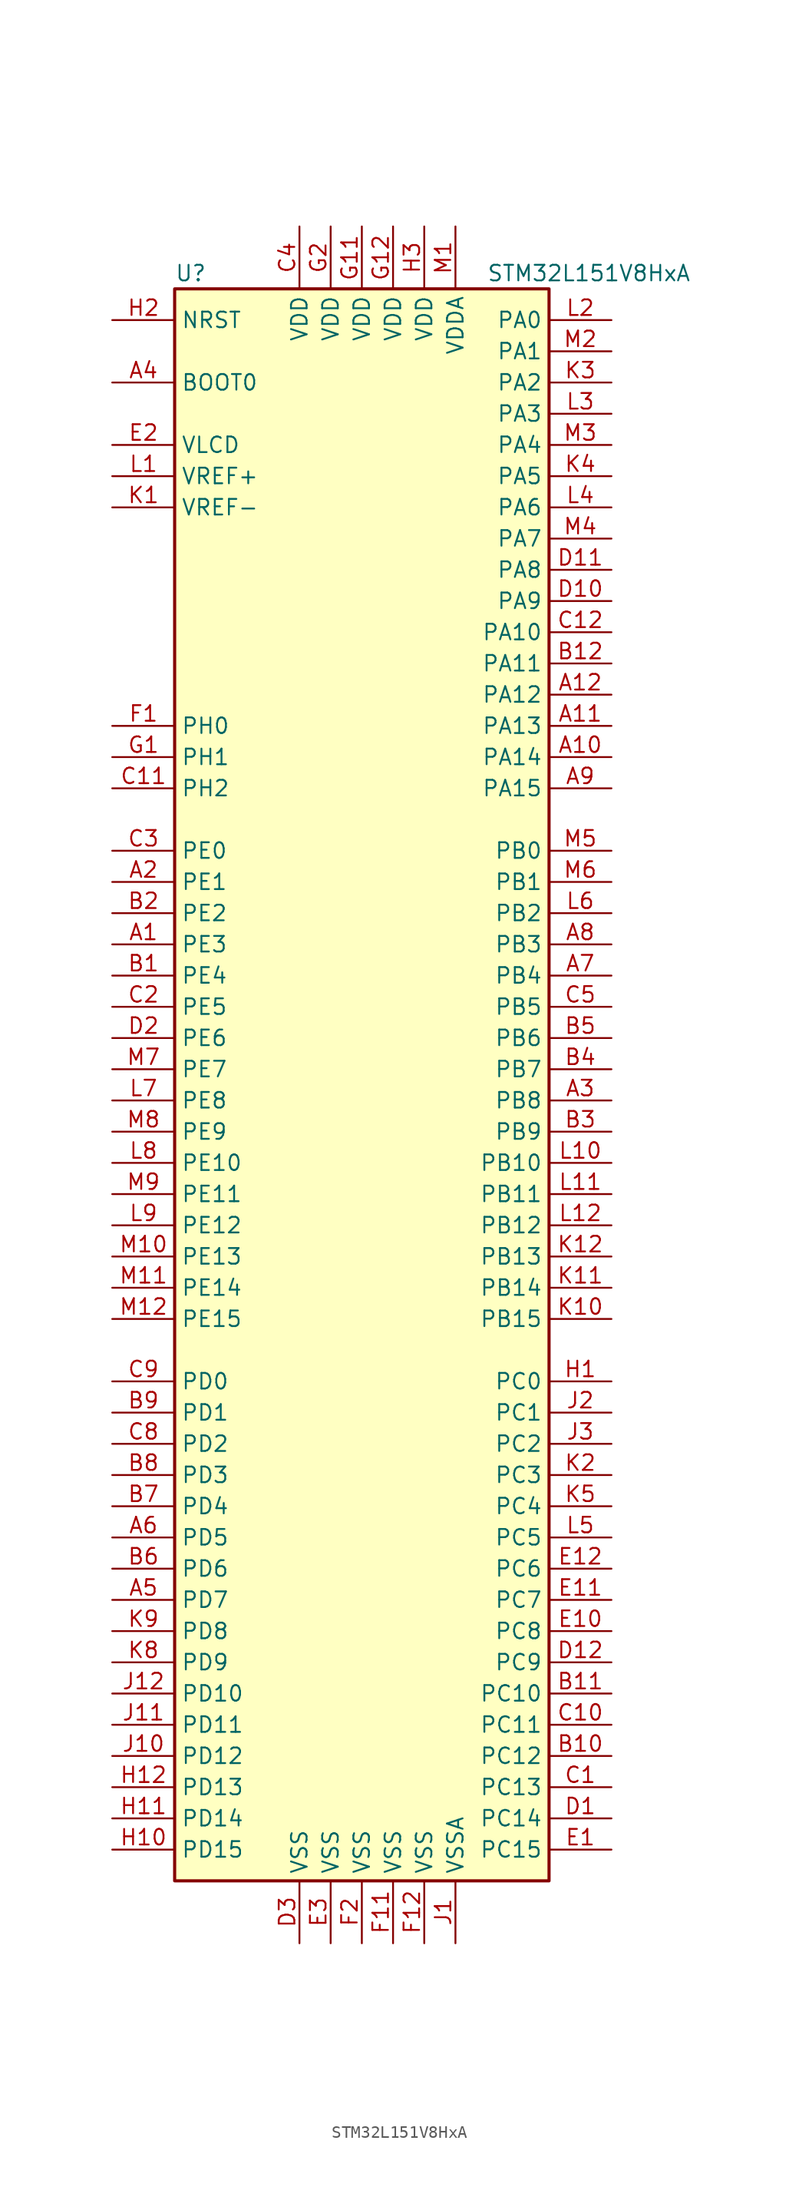
<source format=kicad_sym>
(kicad_symbol_lib
  (version 20201005)
  (generator kicad_symbol_editor)
  (symbol "MCU_ST_STM32L1:STM32L151V8HxA"
    (property "Reference" "U"
      (at -15.24 64.77 0)
      (effects (font (size 1.27 1.27)) (justify left)))
    (property "Value" "STM32L151V8HxA"
      (at 10.16 64.77 0)
      (effects (font (size 1.27 1.27)) (justify left)))
    (symbol "STM32L151V8HxA_0_1"
      (rectangle (start -15.24 -66.04) (end 15.24 63.5) (stroke (width 0.254)) (fill (type background))))
    (symbol "STM32L151V8HxA_1_1"
      (pin input line (at -20.32 55.88 0) (length 5.08) (name "BOOT0" (effects (font (size 1.27 1.27)))) (number "A4" (effects (font (size 1.27 1.27)))))
      (pin input line (at -20.32 60.96 0) (length 5.08) (name "NRST" (effects (font (size 1.27 1.27)))) (number "H2" (effects (font (size 1.27 1.27)))))
      (pin bidirectional line (at 20.32 60.96 180) (length 5.08) (name "PA0" (effects (font (size 1.27 1.27)))) (number "L2" (effects (font (size 1.27 1.27)))))
      (pin bidirectional line (at 20.32 58.42 180) (length 5.08) (name "PA1" (effects (font (size 1.27 1.27)))) (number "M2" (effects (font (size 1.27 1.27)))))
      (pin bidirectional line (at 20.32 35.56 180) (length 5.08) (name "PA10" (effects (font (size 1.27 1.27)))) (number "C12" (effects (font (size 1.27 1.27)))))
      (pin bidirectional line (at 20.32 33.02 180) (length 5.08) (name "PA11" (effects (font (size 1.27 1.27)))) (number "B12" (effects (font (size 1.27 1.27)))))
      (pin bidirectional line (at 20.32 30.48 180) (length 5.08) (name "PA12" (effects (font (size 1.27 1.27)))) (number "A12" (effects (font (size 1.27 1.27)))))
      (pin bidirectional line (at 20.32 27.94 180) (length 5.08) (name "PA13" (effects (font (size 1.27 1.27)))) (number "A11" (effects (font (size 1.27 1.27)))))
      (pin bidirectional line (at 20.32 25.4 180) (length 5.08) (name "PA14" (effects (font (size 1.27 1.27)))) (number "A10" (effects (font (size 1.27 1.27)))))
      (pin bidirectional line (at 20.32 22.86 180) (length 5.08) (name "PA15" (effects (font (size 1.27 1.27)))) (number "A9" (effects (font (size 1.27 1.27)))))
      (pin bidirectional line (at 20.32 55.88 180) (length 5.08) (name "PA2" (effects (font (size 1.27 1.27)))) (number "K3" (effects (font (size 1.27 1.27)))))
      (pin bidirectional line (at 20.32 53.34 180) (length 5.08) (name "PA3" (effects (font (size 1.27 1.27)))) (number "L3" (effects (font (size 1.27 1.27)))))
      (pin bidirectional line (at 20.32 50.8 180) (length 5.08) (name "PA4" (effects (font (size 1.27 1.27)))) (number "M3" (effects (font (size 1.27 1.27)))))
      (pin bidirectional line (at 20.32 48.26 180) (length 5.08) (name "PA5" (effects (font (size 1.27 1.27)))) (number "K4" (effects (font (size 1.27 1.27)))))
      (pin bidirectional line (at 20.32 45.72 180) (length 5.08) (name "PA6" (effects (font (size 1.27 1.27)))) (number "L4" (effects (font (size 1.27 1.27)))))
      (pin bidirectional line (at 20.32 43.18 180) (length 5.08) (name "PA7" (effects (font (size 1.27 1.27)))) (number "M4" (effects (font (size 1.27 1.27)))))
      (pin bidirectional line (at 20.32 40.64 180) (length 5.08) (name "PA8" (effects (font (size 1.27 1.27)))) (number "D11" (effects (font (size 1.27 1.27)))))
      (pin bidirectional line (at 20.32 38.1 180) (length 5.08) (name "PA9" (effects (font (size 1.27 1.27)))) (number "D10" (effects (font (size 1.27 1.27)))))
      (pin bidirectional line (at 20.32 17.78 180) (length 5.08) (name "PB0" (effects (font (size 1.27 1.27)))) (number "M5" (effects (font (size 1.27 1.27)))))
      (pin bidirectional line (at 20.32 15.24 180) (length 5.08) (name "PB1" (effects (font (size 1.27 1.27)))) (number "M6" (effects (font (size 1.27 1.27)))))
      (pin bidirectional line (at 20.32 -7.62 180) (length 5.08) (name "PB10" (effects (font (size 1.27 1.27)))) (number "L10" (effects (font (size 1.27 1.27)))))
      (pin bidirectional line (at 20.32 -10.16 180) (length 5.08) (name "PB11" (effects (font (size 1.27 1.27)))) (number "L11" (effects (font (size 1.27 1.27)))))
      (pin bidirectional line (at 20.32 -12.7 180) (length 5.08) (name "PB12" (effects (font (size 1.27 1.27)))) (number "L12" (effects (font (size 1.27 1.27)))))
      (pin bidirectional line (at 20.32 -15.24 180) (length 5.08) (name "PB13" (effects (font (size 1.27 1.27)))) (number "K12" (effects (font (size 1.27 1.27)))))
      (pin bidirectional line (at 20.32 -17.78 180) (length 5.08) (name "PB14" (effects (font (size 1.27 1.27)))) (number "K11" (effects (font (size 1.27 1.27)))))
      (pin bidirectional line (at 20.32 -20.32 180) (length 5.08) (name "PB15" (effects (font (size 1.27 1.27)))) (number "K10" (effects (font (size 1.27 1.27)))))
      (pin bidirectional line (at 20.32 12.7 180) (length 5.08) (name "PB2" (effects (font (size 1.27 1.27)))) (number "L6" (effects (font (size 1.27 1.27)))))
      (pin bidirectional line (at 20.32 10.16 180) (length 5.08) (name "PB3" (effects (font (size 1.27 1.27)))) (number "A8" (effects (font (size 1.27 1.27)))))
      (pin bidirectional line (at 20.32 7.62 180) (length 5.08) (name "PB4" (effects (font (size 1.27 1.27)))) (number "A7" (effects (font (size 1.27 1.27)))))
      (pin bidirectional line (at 20.32 5.08 180) (length 5.08) (name "PB5" (effects (font (size 1.27 1.27)))) (number "C5" (effects (font (size 1.27 1.27)))))
      (pin bidirectional line (at 20.32 2.54 180) (length 5.08) (name "PB6" (effects (font (size 1.27 1.27)))) (number "B5" (effects (font (size 1.27 1.27)))))
      (pin bidirectional line (at 20.32 0 180) (length 5.08) (name "PB7" (effects (font (size 1.27 1.27)))) (number "B4" (effects (font (size 1.27 1.27)))))
      (pin bidirectional line (at 20.32 -2.54 180) (length 5.08) (name "PB8" (effects (font (size 1.27 1.27)))) (number "A3" (effects (font (size 1.27 1.27)))))
      (pin bidirectional line (at 20.32 -5.08 180) (length 5.08) (name "PB9" (effects (font (size 1.27 1.27)))) (number "B3" (effects (font (size 1.27 1.27)))))
      (pin bidirectional line (at 20.32 -25.4 180) (length 5.08) (name "PC0" (effects (font (size 1.27 1.27)))) (number "H1" (effects (font (size 1.27 1.27)))))
      (pin bidirectional line (at 20.32 -27.94 180) (length 5.08) (name "PC1" (effects (font (size 1.27 1.27)))) (number "J2" (effects (font (size 1.27 1.27)))))
      (pin bidirectional line (at 20.32 -50.8 180) (length 5.08) (name "PC10" (effects (font (size 1.27 1.27)))) (number "B11" (effects (font (size 1.27 1.27)))))
      (pin bidirectional line (at 20.32 -53.34 180) (length 5.08) (name "PC11" (effects (font (size 1.27 1.27)))) (number "C10" (effects (font (size 1.27 1.27)))))
      (pin bidirectional line (at 20.32 -55.88 180) (length 5.08) (name "PC12" (effects (font (size 1.27 1.27)))) (number "B10" (effects (font (size 1.27 1.27)))))
      (pin bidirectional line (at 20.32 -58.42 180) (length 5.08) (name "PC13" (effects (font (size 1.27 1.27)))) (number "C1" (effects (font (size 1.27 1.27)))))
      (pin bidirectional line (at 20.32 -60.96 180) (length 5.08) (name "PC14" (effects (font (size 1.27 1.27)))) (number "D1" (effects (font (size 1.27 1.27)))))
      (pin bidirectional line (at 20.32 -63.5 180) (length 5.08) (name "PC15" (effects (font (size 1.27 1.27)))) (number "E1" (effects (font (size 1.27 1.27)))))
      (pin bidirectional line (at 20.32 -30.48 180) (length 5.08) (name "PC2" (effects (font (size 1.27 1.27)))) (number "J3" (effects (font (size 1.27 1.27)))))
      (pin bidirectional line (at 20.32 -33.02 180) (length 5.08) (name "PC3" (effects (font (size 1.27 1.27)))) (number "K2" (effects (font (size 1.27 1.27)))))
      (pin bidirectional line (at 20.32 -35.56 180) (length 5.08) (name "PC4" (effects (font (size 1.27 1.27)))) (number "K5" (effects (font (size 1.27 1.27)))))
      (pin bidirectional line (at 20.32 -38.1 180) (length 5.08) (name "PC5" (effects (font (size 1.27 1.27)))) (number "L5" (effects (font (size 1.27 1.27)))))
      (pin bidirectional line (at 20.32 -40.64 180) (length 5.08) (name "PC6" (effects (font (size 1.27 1.27)))) (number "E12" (effects (font (size 1.27 1.27)))))
      (pin bidirectional line (at 20.32 -43.18 180) (length 5.08) (name "PC7" (effects (font (size 1.27 1.27)))) (number "E11" (effects (font (size 1.27 1.27)))))
      (pin bidirectional line (at 20.32 -45.72 180) (length 5.08) (name "PC8" (effects (font (size 1.27 1.27)))) (number "E10" (effects (font (size 1.27 1.27)))))
      (pin bidirectional line (at 20.32 -48.26 180) (length 5.08) (name "PC9" (effects (font (size 1.27 1.27)))) (number "D12" (effects (font (size 1.27 1.27)))))
      (pin bidirectional line (at -20.32 -25.4 0) (length 5.08) (name "PD0" (effects (font (size 1.27 1.27)))) (number "C9" (effects (font (size 1.27 1.27)))))
      (pin bidirectional line (at -20.32 -27.94 0) (length 5.08) (name "PD1" (effects (font (size 1.27 1.27)))) (number "B9" (effects (font (size 1.27 1.27)))))
      (pin bidirectional line (at -20.32 -50.8 0) (length 5.08) (name "PD10" (effects (font (size 1.27 1.27)))) (number "J12" (effects (font (size 1.27 1.27)))))
      (pin bidirectional line (at -20.32 -53.34 0) (length 5.08) (name "PD11" (effects (font (size 1.27 1.27)))) (number "J11" (effects (font (size 1.27 1.27)))))
      (pin bidirectional line (at -20.32 -55.88 0) (length 5.08) (name "PD12" (effects (font (size 1.27 1.27)))) (number "J10" (effects (font (size 1.27 1.27)))))
      (pin bidirectional line (at -20.32 -58.42 0) (length 5.08) (name "PD13" (effects (font (size 1.27 1.27)))) (number "H12" (effects (font (size 1.27 1.27)))))
      (pin bidirectional line (at -20.32 -60.96 0) (length 5.08) (name "PD14" (effects (font (size 1.27 1.27)))) (number "H11" (effects (font (size 1.27 1.27)))))
      (pin bidirectional line (at -20.32 -63.5 0) (length 5.08) (name "PD15" (effects (font (size 1.27 1.27)))) (number "H10" (effects (font (size 1.27 1.27)))))
      (pin bidirectional line (at -20.32 -30.48 0) (length 5.08) (name "PD2" (effects (font (size 1.27 1.27)))) (number "C8" (effects (font (size 1.27 1.27)))))
      (pin bidirectional line (at -20.32 -33.02 0) (length 5.08) (name "PD3" (effects (font (size 1.27 1.27)))) (number "B8" (effects (font (size 1.27 1.27)))))
      (pin bidirectional line (at -20.32 -35.56 0) (length 5.08) (name "PD4" (effects (font (size 1.27 1.27)))) (number "B7" (effects (font (size 1.27 1.27)))))
      (pin bidirectional line (at -20.32 -38.1 0) (length 5.08) (name "PD5" (effects (font (size 1.27 1.27)))) (number "A6" (effects (font (size 1.27 1.27)))))
      (pin bidirectional line (at -20.32 -40.64 0) (length 5.08) (name "PD6" (effects (font (size 1.27 1.27)))) (number "B6" (effects (font (size 1.27 1.27)))))
      (pin bidirectional line (at -20.32 -43.18 0) (length 5.08) (name "PD7" (effects (font (size 1.27 1.27)))) (number "A5" (effects (font (size 1.27 1.27)))))
      (pin bidirectional line (at -20.32 -45.72 0) (length 5.08) (name "PD8" (effects (font (size 1.27 1.27)))) (number "K9" (effects (font (size 1.27 1.27)))))
      (pin bidirectional line (at -20.32 -48.26 0) (length 5.08) (name "PD9" (effects (font (size 1.27 1.27)))) (number "K8" (effects (font (size 1.27 1.27)))))
      (pin bidirectional line (at -20.32 17.78 0) (length 5.08) (name "PE0" (effects (font (size 1.27 1.27)))) (number "C3" (effects (font (size 1.27 1.27)))))
      (pin bidirectional line (at -20.32 15.24 0) (length 5.08) (name "PE1" (effects (font (size 1.27 1.27)))) (number "A2" (effects (font (size 1.27 1.27)))))
      (pin bidirectional line (at -20.32 -7.62 0) (length 5.08) (name "PE10" (effects (font (size 1.27 1.27)))) (number "L8" (effects (font (size 1.27 1.27)))))
      (pin bidirectional line (at -20.32 -10.16 0) (length 5.08) (name "PE11" (effects (font (size 1.27 1.27)))) (number "M9" (effects (font (size 1.27 1.27)))))
      (pin bidirectional line (at -20.32 -12.7 0) (length 5.08) (name "PE12" (effects (font (size 1.27 1.27)))) (number "L9" (effects (font (size 1.27 1.27)))))
      (pin bidirectional line (at -20.32 -15.24 0) (length 5.08) (name "PE13" (effects (font (size 1.27 1.27)))) (number "M10" (effects (font (size 1.27 1.27)))))
      (pin bidirectional line (at -20.32 -17.78 0) (length 5.08) (name "PE14" (effects (font (size 1.27 1.27)))) (number "M11" (effects (font (size 1.27 1.27)))))
      (pin bidirectional line (at -20.32 -20.32 0) (length 5.08) (name "PE15" (effects (font (size 1.27 1.27)))) (number "M12" (effects (font (size 1.27 1.27)))))
      (pin bidirectional line (at -20.32 12.7 0) (length 5.08) (name "PE2" (effects (font (size 1.27 1.27)))) (number "B2" (effects (font (size 1.27 1.27)))))
      (pin bidirectional line (at -20.32 10.16 0) (length 5.08) (name "PE3" (effects (font (size 1.27 1.27)))) (number "A1" (effects (font (size 1.27 1.27)))))
      (pin bidirectional line (at -20.32 7.62 0) (length 5.08) (name "PE4" (effects (font (size 1.27 1.27)))) (number "B1" (effects (font (size 1.27 1.27)))))
      (pin bidirectional line (at -20.32 5.08 0) (length 5.08) (name "PE5" (effects (font (size 1.27 1.27)))) (number "C2" (effects (font (size 1.27 1.27)))))
      (pin bidirectional line (at -20.32 2.54 0) (length 5.08) (name "PE6" (effects (font (size 1.27 1.27)))) (number "D2" (effects (font (size 1.27 1.27)))))
      (pin bidirectional line (at -20.32 0 0) (length 5.08) (name "PE7" (effects (font (size 1.27 1.27)))) (number "M7" (effects (font (size 1.27 1.27)))))
      (pin bidirectional line (at -20.32 -2.54 0) (length 5.08) (name "PE8" (effects (font (size 1.27 1.27)))) (number "L7" (effects (font (size 1.27 1.27)))))
      (pin bidirectional line (at -20.32 -5.08 0) (length 5.08) (name "PE9" (effects (font (size 1.27 1.27)))) (number "M8" (effects (font (size 1.27 1.27)))))
      (pin input line (at -20.32 27.94 0) (length 5.08) (name "PH0" (effects (font (size 1.27 1.27)))) (number "F1" (effects (font (size 1.27 1.27)))))
      (pin input line (at -20.32 25.4 0) (length 5.08) (name "PH1" (effects (font (size 1.27 1.27)))) (number "G1" (effects (font (size 1.27 1.27)))))
      (pin bidirectional line (at -20.32 22.86 0) (length 5.08) (name "PH2" (effects (font (size 1.27 1.27)))) (number "C11" (effects (font (size 1.27 1.27)))))
      (pin power_in line (at -5.08 68.58 270) (length 5.08) (name "VDD" (effects (font (size 1.27 1.27)))) (number "C4" (effects (font (size 1.27 1.27)))))
      (pin power_in line (at 0 68.58 270) (length 5.08) (name "VDD" (effects (font (size 1.27 1.27)))) (number "G11" (effects (font (size 1.27 1.27)))))
      (pin power_in line (at 2.54 68.58 270) (length 5.08) (name "VDD" (effects (font (size 1.27 1.27)))) (number "G12" (effects (font (size 1.27 1.27)))))
      (pin power_in line (at -2.54 68.58 270) (length 5.08) (name "VDD" (effects (font (size 1.27 1.27)))) (number "G2" (effects (font (size 1.27 1.27)))))
      (pin power_in line (at 5.08 68.58 270) (length 5.08) (name "VDD" (effects (font (size 1.27 1.27)))) (number "H3" (effects (font (size 1.27 1.27)))))
      (pin power_in line (at 7.62 68.58 270) (length 5.08) (name "VDDA" (effects (font (size 1.27 1.27)))) (number "M1" (effects (font (size 1.27 1.27)))))
      (pin power_in line (at -20.32 50.8 0) (length 5.08) (name "VLCD" (effects (font (size 1.27 1.27)))) (number "E2" (effects (font (size 1.27 1.27)))))
      (pin power_in line (at -20.32 48.26 0) (length 5.08) (name "VREF+" (effects (font (size 1.27 1.27)))) (number "L1" (effects (font (size 1.27 1.27)))))
      (pin power_in line (at -20.32 45.72 0) (length 5.08) (name "VREF-" (effects (font (size 1.27 1.27)))) (number "K1" (effects (font (size 1.27 1.27)))))
      (pin power_in line (at -5.08 -71.12 90) (length 5.08) (name "VSS" (effects (font (size 1.27 1.27)))) (number "D3" (effects (font (size 1.27 1.27)))))
      (pin power_in line (at -2.54 -71.12 90) (length 5.08) (name "VSS" (effects (font (size 1.27 1.27)))) (number "E3" (effects (font (size 1.27 1.27)))))
      (pin power_in line (at 2.54 -71.12 90) (length 5.08) (name "VSS" (effects (font (size 1.27 1.27)))) (number "F11" (effects (font (size 1.27 1.27)))))
      (pin power_in line (at 5.08 -71.12 90) (length 5.08) (name "VSS" (effects (font (size 1.27 1.27)))) (number "F12" (effects (font (size 1.27 1.27)))))
      (pin power_in line (at 0 -71.12 90) (length 5.08) (name "VSS" (effects (font (size 1.27 1.27)))) (number "F2" (effects (font (size 1.27 1.27)))))
      (pin power_in line (at 7.62 -71.12 90) (length 5.08) (name "VSSA" (effects (font (size 1.27 1.27)))) (number "J1" (effects (font (size 1.27 1.27))))))))
</source>
